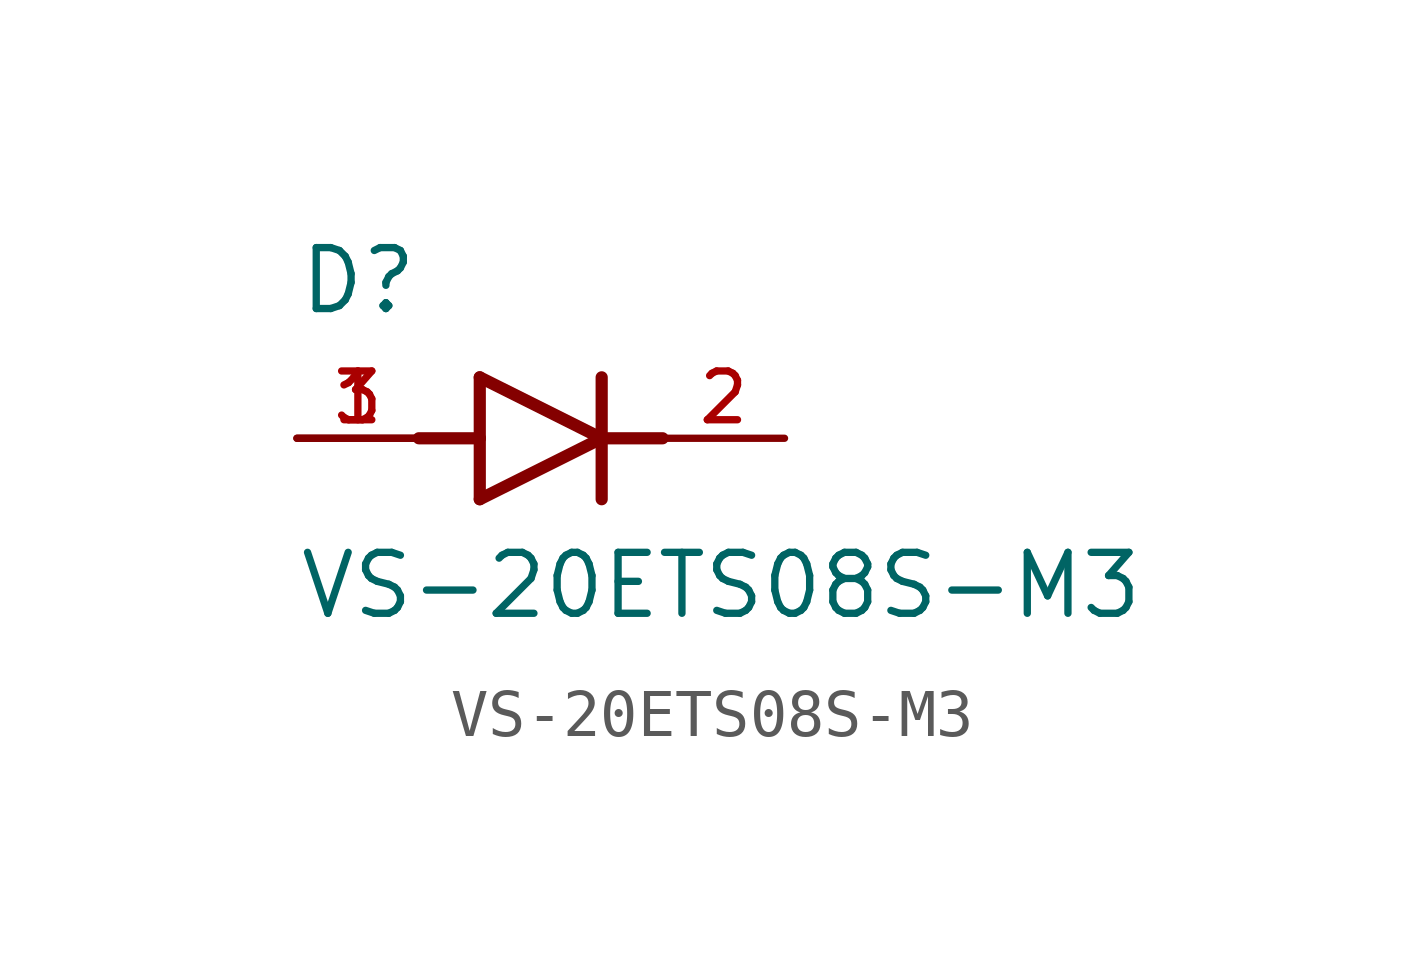
<source format=kicad_sym>
(kicad_symbol_lib
  (version 20211014)
  (generator kicad_symbol_editor)
  (symbol "VS-20ETS08S-M3"
    (pin_names
      (offset 1.016))
    (property "Reference" "D"
      (at -5.08 2.54 0)
      (effects (font (size 1.27 1.27)) (justify bottom left)))
    (property "Value" "VS-20ETS08S-M3"
      (at -5.08 -3.81 0)
      (effects (font (size 1.27 1.27)) (justify bottom left)))
    (symbol "VS-20ETS08S-M3_0_0"
      (polyline (pts (xy -1.27 -1.27) (xy 1.27 0.0)) (stroke (width 0.254)))
      (polyline (pts (xy 1.27 0.0) (xy -1.27 1.27)) (stroke (width 0.254)))
      (polyline (pts (xy 1.27 1.27) (xy 1.27 0.0)) (stroke (width 0.254)))
      (polyline (pts (xy -1.27 1.27) (xy -1.27 0.0)) (stroke (width 0.254)))
      (polyline (pts (xy -1.27 0.0) (xy -1.27 -1.27)) (stroke (width 0.254)))
      (polyline (pts (xy 1.27 0.0) (xy 1.27 -1.27)) (stroke (width 0.254)))
      (polyline (pts (xy -2.54 0.0) (xy -1.27 0.0)) (stroke (width 0.254)))
      (polyline (pts (xy 1.27 0.0) (xy 2.54 0.0)) (stroke (width 0.254)))
      (pin passive line (at 5.08 0.0 180.0) (length 2.54) (name "~" (effects (font (size 1.016 1.016)))) (number "2" (effects (font (size 1.016 1.016)))))
      (pin passive line (at -5.08 0.0 0) (length 2.54) (name "~" (effects (font (size 1.016 1.016)))) (number "1" (effects (font (size 1.016 1.016)))))
      (pin passive line (at -5.08 0.0 0) (length 2.54) (name "~" (effects (font (size 1.016 1.016)))) (number "3" (effects (font (size 1.016 1.016))))))))
</source>
